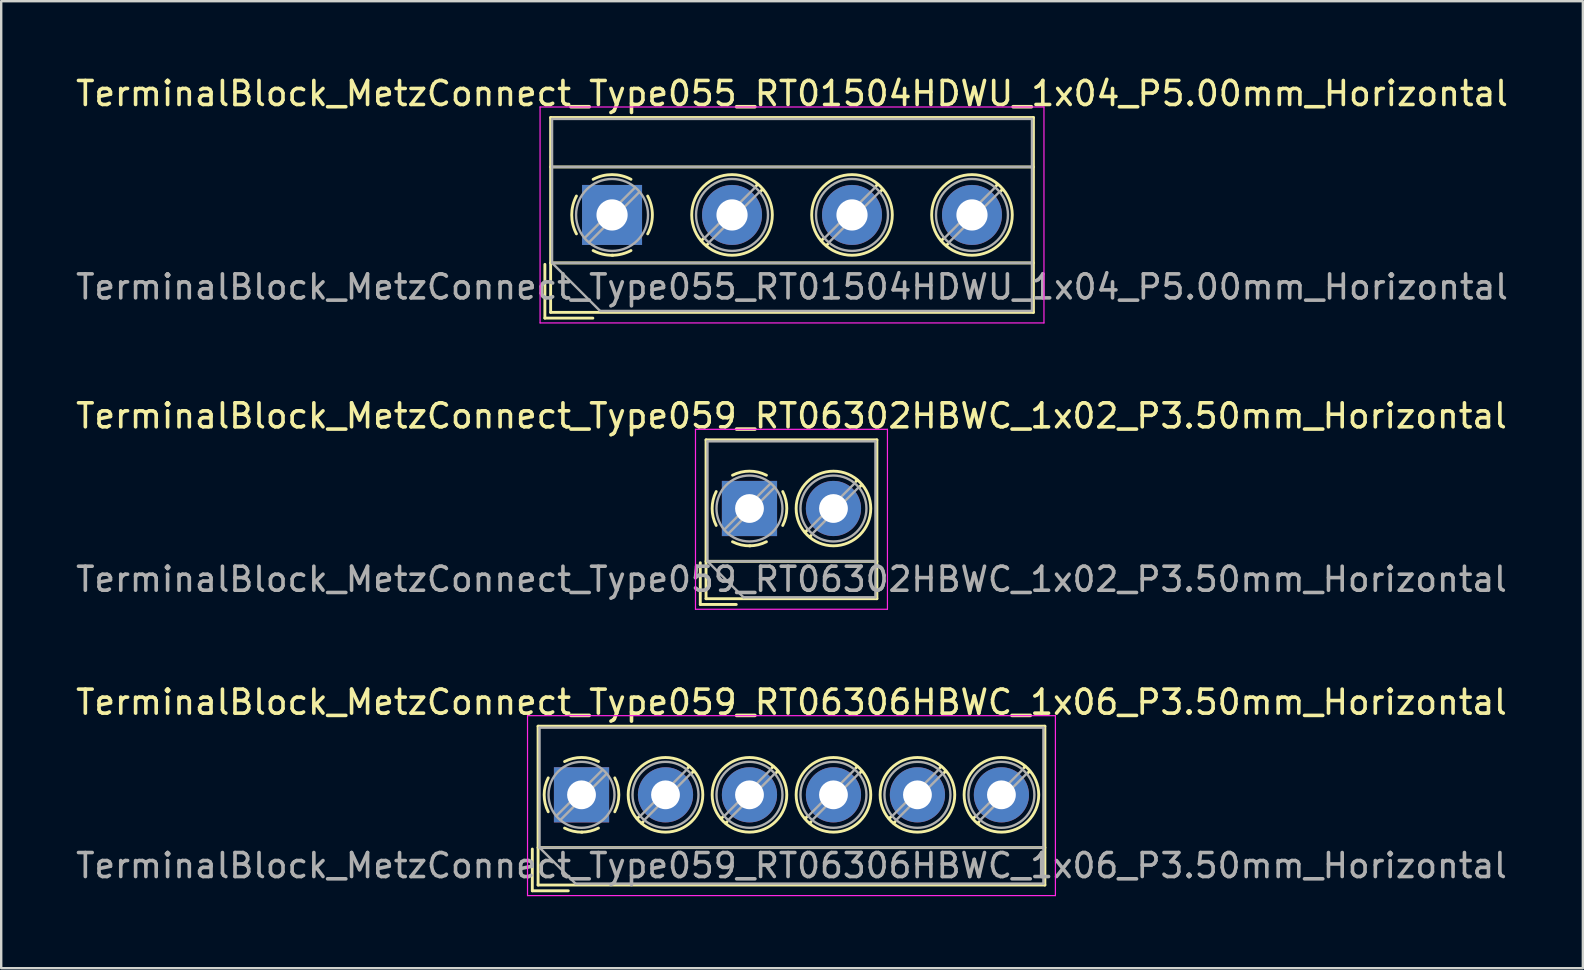
<source format=kicad_pcb>
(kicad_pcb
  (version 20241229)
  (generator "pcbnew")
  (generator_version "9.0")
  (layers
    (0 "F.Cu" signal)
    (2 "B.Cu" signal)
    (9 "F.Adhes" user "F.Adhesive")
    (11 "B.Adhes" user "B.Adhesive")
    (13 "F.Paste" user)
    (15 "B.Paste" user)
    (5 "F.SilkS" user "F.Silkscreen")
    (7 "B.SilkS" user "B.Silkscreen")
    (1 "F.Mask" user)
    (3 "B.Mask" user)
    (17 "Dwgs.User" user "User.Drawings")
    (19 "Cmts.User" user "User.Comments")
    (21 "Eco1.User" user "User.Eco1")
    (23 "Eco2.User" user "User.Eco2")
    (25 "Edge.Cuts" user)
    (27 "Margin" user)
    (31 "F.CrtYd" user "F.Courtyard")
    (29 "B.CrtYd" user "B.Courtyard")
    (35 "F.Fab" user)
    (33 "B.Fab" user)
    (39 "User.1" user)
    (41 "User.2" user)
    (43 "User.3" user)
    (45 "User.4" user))
  (footprint "TerminalBlock_MetzConnect_Type059_RT06306HBWC_1x06_P3.50mm_Horizontal"
    (layer "F.Cu")
    (at 21.185 30.075)
    (property "Reference" "TerminalBlock_MetzConnect_Type059_RT06306HBWC_1x06_P3.50mm_Horizontal" (at 8.75 -3.86 0) (layer "F.SilkS") (effects (font (size 1 1) (thickness 0.15))))
    (attr through_hole)
    (fp_line (start -2.05 2.26) (end -2.05 4) (stroke (width 0.12) (type solid)) (layer "F.SilkS"))
    (fp_line (start -2.05 4) (end -0.55 4) (stroke (width 0.12) (type solid)) (layer "F.SilkS"))
    (fp_line (start -1.81 -2.86) (end -1.81 3.76) (stroke (width 0.12) (type solid)) (layer "F.SilkS"))
    (fp_line (start -1.81 -2.86) (end 19.311 -2.86) (stroke (width 0.12) (type solid)) (layer "F.SilkS"))
    (fp_line (start -1.81 2.2) (end 19.311 2.2) (stroke (width 0.12) (type solid)) (layer "F.SilkS"))
    (fp_line (start -1.81 3.76) (end 19.311 3.76) (stroke (width 0.12) (type solid)) (layer "F.SilkS"))
    (fp_line (start 2.397 0.914) (end 2.321 0.99) (stroke (width 0.12) (type solid)) (layer "F.SilkS"))
    (fp_line (start 2.565 1.125) (end 2.511 1.18) (stroke (width 0.12) (type solid)) (layer "F.SilkS"))
    (fp_line (start 4.49 -1.18) (end 4.436 -1.126) (stroke (width 0.12) (type solid)) (layer "F.SilkS"))
    (fp_line (start 4.68 -0.99) (end 4.604 -0.914) (stroke (width 0.12) (type solid)) (layer "F.SilkS"))
    (fp_line (start 5.897 0.914) (end 5.821 0.99) (stroke (width 0.12) (type solid)) (layer "F.SilkS"))
    (fp_line (start 6.065 1.125) (end 6.011 1.18) (stroke (width 0.12) (type solid)) (layer "F.SilkS"))
    (fp_line (start 7.99 -1.18) (end 7.936 -1.126) (stroke (width 0.12) (type solid)) (layer "F.SilkS"))
    (fp_line (start 8.18 -0.99) (end 8.104 -0.914) (stroke (width 0.12) (type solid)) (layer "F.SilkS"))
    (fp_line (start 9.397 0.914) (end 9.321 0.99) (stroke (width 0.12) (type solid)) (layer "F.SilkS"))
    (fp_line (start 9.565 1.125) (end 9.511 1.18) (stroke (width 0.12) (type solid)) (layer "F.SilkS"))
    (fp_line (start 11.49 -1.18) (end 11.436 -1.126) (stroke (width 0.12) (type solid)) (layer "F.SilkS"))
    (fp_line (start 11.68 -0.99) (end 11.604 -0.914) (stroke (width 0.12) (type solid)) (layer "F.SilkS"))
    (fp_line (start 12.897 0.914) (end 12.821 0.99) (stroke (width 0.12) (type solid)) (layer "F.SilkS"))
    (fp_line (start 13.065 1.125) (end 13.011 1.18) (stroke (width 0.12) (type solid)) (layer "F.SilkS"))
    (fp_line (start 14.99 -1.18) (end 14.936 -1.126) (stroke (width 0.12) (type solid)) (layer "F.SilkS"))
    (fp_line (start 15.18 -0.99) (end 15.104 -0.914) (stroke (width 0.12) (type solid)) (layer "F.SilkS"))
    (fp_line (start 16.397 0.914) (end 16.321 0.99) (stroke (width 0.12) (type solid)) (layer "F.SilkS"))
    (fp_line (start 16.565 1.125) (end 16.511 1.18) (stroke (width 0.12) (type solid)) (layer "F.SilkS"))
    (fp_line (start 18.49 -1.18) (end 18.436 -1.126) (stroke (width 0.12) (type solid)) (layer "F.SilkS"))
    (fp_line (start 18.68 -0.99) (end 18.604 -0.914) (stroke (width 0.12) (type solid)) (layer "F.SilkS"))
    (fp_line (start 19.311 -2.86) (end 19.311 3.76) (stroke (width 0.12) (type solid)) (layer "F.SilkS"))
    (fp_arc (start -1.386645 0.705733) (mid -1.555906 -0.000711) (end -1.386 -0.707) (stroke (width 0.12) (type solid)) (layer "F.SilkS"))
    (fp_arc (start -0.705733 -1.386645) (mid 0.000711 -1.555906) (end 0.707 -1.386) (stroke (width 0.12) (type solid)) (layer "F.SilkS"))
    (fp_arc (start 0.026444 1.555682) (mid -0.350695 1.515869) (end -0.707 1.386) (stroke (width 0.12) (type solid)) (layer "F.SilkS"))
    (fp_arc (start 0.705955 1.385515) (mid 0.363007 1.512035) (end 0 1.555) (stroke (width 0.12) (type solid)) (layer "F.SilkS"))
    (fp_arc (start 1.386645 -0.705733) (mid 1.555906 0.000711) (end 1.386 0.707) (stroke (width 0.12) (type solid)) (layer "F.SilkS"))
    (fp_circle (center 3.5 0) (end 5.055 0) (stroke (width 0.12) (type solid)) (fill no) (layer "F.SilkS"))
    (fp_circle (center 7 0) (end 8.555 0) (stroke (width 0.12) (type solid)) (fill no) (layer "F.SilkS"))
    (fp_circle (center 10.5 0) (end 12.055 0) (stroke (width 0.12) (type solid)) (fill no) (layer "F.SilkS"))
    (fp_circle (center 14 0) (end 15.555 0) (stroke (width 0.12) (type solid)) (fill no) (layer "F.SilkS"))
    (fp_circle (center 17.5 0) (end 19.055 0) (stroke (width 0.12) (type solid)) (fill no) (layer "F.SilkS"))
    (fp_line (start -2.25 -3.3) (end -2.25 4.2) (stroke (width 0.05) (type solid)) (layer "F.CrtYd"))
    (fp_line (start -2.25 4.2) (end 19.75 4.2) (stroke (width 0.05) (type solid)) (layer "F.CrtYd"))
    (fp_line (start 19.75 -3.3) (end -2.25 -3.3) (stroke (width 0.05) (type solid)) (layer "F.CrtYd"))
    (fp_line (start 19.75 4.2) (end 19.75 -3.3) (stroke (width 0.05) (type solid)) (layer "F.CrtYd"))
    (fp_line (start -1.75 -2.8) (end 19.25 -2.8) (stroke (width 0.1) (type solid)) (layer "F.Fab"))
    (fp_line (start -1.75 2.2) (end -1.75 -2.8) (stroke (width 0.1) (type solid)) (layer "F.Fab"))
    (fp_line (start -1.75 2.2) (end 19.25 2.2) (stroke (width 0.1) (type solid)) (layer "F.Fab"))
    (fp_line (start -0.25 3.7) (end -1.75 2.2) (stroke (width 0.1) (type solid)) (layer "F.Fab"))
    (fp_line (start 0.876 -1.043) (end -1.043 0.875) (stroke (width 0.1) (type solid)) (layer "F.Fab"))
    (fp_line (start 1.043 -0.875) (end -0.876 1.043) (stroke (width 0.1) (type solid)) (layer "F.Fab"))
    (fp_line (start 4.376 -1.043) (end 2.458 0.875) (stroke (width 0.1) (type solid)) (layer "F.Fab"))
    (fp_line (start 4.543 -0.875) (end 2.625 1.043) (stroke (width 0.1) (type solid)) (layer "F.Fab"))
    (fp_line (start 7.876 -1.043) (end 5.958 0.875) (stroke (width 0.1) (type solid)) (layer "F.Fab"))
    (fp_line (start 8.043 -0.875) (end 6.125 1.043) (stroke (width 0.1) (type solid)) (layer "F.Fab"))
    (fp_line (start 11.376 -1.043) (end 9.458 0.875) (stroke (width 0.1) (type solid)) (layer "F.Fab"))
    (fp_line (start 11.543 -0.875) (end 9.625 1.043) (stroke (width 0.1) (type solid)) (layer "F.Fab"))
    (fp_line (start 14.876 -1.043) (end 12.958 0.875) (stroke (width 0.1) (type solid)) (layer "F.Fab"))
    (fp_line (start 15.043 -0.875) (end 13.125 1.043) (stroke (width 0.1) (type solid)) (layer "F.Fab"))
    (fp_line (start 18.376 -1.043) (end 16.458 0.875) (stroke (width 0.1) (type solid)) (layer "F.Fab"))
    (fp_line (start 18.543 -0.875) (end 16.625 1.043) (stroke (width 0.1) (type solid)) (layer "F.Fab"))
    (fp_line (start 19.25 -2.8) (end 19.25 3.7) (stroke (width 0.1) (type solid)) (layer "F.Fab"))
    (fp_line (start 19.25 3.7) (end -0.25 3.7) (stroke (width 0.1) (type solid)) (layer "F.Fab"))
    (fp_circle (center 0 0) (end 1.375 0) (stroke (width 0.1) (type solid)) (fill no) (layer "F.Fab"))
    (fp_circle (center 3.5 0) (end 4.875 0) (stroke (width 0.1) (type solid)) (fill no) (layer "F.Fab"))
    (fp_circle (center 7 0) (end 8.375 0) (stroke (width 0.1) (type solid)) (fill no) (layer "F.Fab"))
    (fp_circle (center 10.5 0) (end 11.875 0) (stroke (width 0.1) (type solid)) (fill no) (layer "F.Fab"))
    (fp_circle (center 14 0) (end 15.375 0) (stroke (width 0.1) (type solid)) (fill no) (layer "F.Fab"))
    (fp_circle (center 17.5 0) (end 18.875 0) (stroke (width 0.1) (type solid)) (fill no) (layer "F.Fab"))
    (fp_text user "${REFERENCE}" (at 8.75 2.95 0) (layer "F.Fab") (effects (font (size 1 1) (thickness 0.15))))
    (pad "1" thru_hole rect (at 0 0) (size 2.3 2.3) (drill 1.2) (layers "*.Cu" "*.Mask"))
    (pad "2" thru_hole circle (at 3.5 0) (size 2.3 2.3) (drill 1.2) (layers "*.Cu" "*.Mask"))
    (pad "3" thru_hole circle (at 7 0) (size 2.3 2.3) (drill 1.2) (layers "*.Cu" "*.Mask"))
    (pad "4" thru_hole circle (at 10.5 0) (size 2.3 2.3) (drill 1.2) (layers "*.Cu" "*.Mask"))
    (pad "5" thru_hole circle (at 14 0) (size 2.3 2.3) (drill 1.2) (layers "*.Cu" "*.Mask"))
    (pad "6" thru_hole circle (at 17.5 0) (size 2.3 2.3) (drill 1.2) (layers "*.Cu" "*.Mask")))
  (footprint "TerminalBlock_MetzConnect_Type059_RT06302HBWC_1x02_P3.50mm_Horizontal"
    (layer "F.Cu")
    (at 28.185 18.142)
    (property "Reference" "TerminalBlock_MetzConnect_Type059_RT06302HBWC_1x02_P3.50mm_Horizontal" (at 1.75 -3.86 0) (layer "F.SilkS") (effects (font (size 1 1) (thickness 0.15))))
    (attr through_hole)
    (fp_line (start -2.05 2.26) (end -2.05 4) (stroke (width 0.12) (type solid)) (layer "F.SilkS"))
    (fp_line (start -2.05 4) (end -0.55 4) (stroke (width 0.12) (type solid)) (layer "F.SilkS"))
    (fp_line (start -1.81 -2.86) (end -1.81 3.76) (stroke (width 0.12) (type solid)) (layer "F.SilkS"))
    (fp_line (start -1.81 -2.86) (end 5.31 -2.86) (stroke (width 0.12) (type solid)) (layer "F.SilkS"))
    (fp_line (start -1.81 2.2) (end 5.31 2.2) (stroke (width 0.12) (type solid)) (layer "F.SilkS"))
    (fp_line (start -1.81 3.76) (end 5.31 3.76) (stroke (width 0.12) (type solid)) (layer "F.SilkS"))
    (fp_line (start 2.397 0.914) (end 2.321 0.99) (stroke (width 0.12) (type solid)) (layer "F.SilkS"))
    (fp_line (start 2.565 1.125) (end 2.511 1.18) (stroke (width 0.12) (type solid)) (layer "F.SilkS"))
    (fp_line (start 4.49 -1.18) (end 4.436 -1.126) (stroke (width 0.12) (type solid)) (layer "F.SilkS"))
    (fp_line (start 4.68 -0.99) (end 4.604 -0.914) (stroke (width 0.12) (type solid)) (layer "F.SilkS"))
    (fp_line (start 5.31 -2.86) (end 5.31 3.76) (stroke (width 0.12) (type solid)) (layer "F.SilkS"))
    (fp_arc (start -1.386645 0.705733) (mid -1.555906 -0.000711) (end -1.386 -0.707) (stroke (width 0.12) (type solid)) (layer "F.SilkS"))
    (fp_arc (start -0.705733 -1.386645) (mid 0.000711 -1.555906) (end 0.707 -1.386) (stroke (width 0.12) (type solid)) (layer "F.SilkS"))
    (fp_arc (start 0.026444 1.555682) (mid -0.350695 1.515869) (end -0.707 1.386) (stroke (width 0.12) (type solid)) (layer "F.SilkS"))
    (fp_arc (start 0.705955 1.385515) (mid 0.363007 1.512035) (end 0 1.555) (stroke (width 0.12) (type solid)) (layer "F.SilkS"))
    (fp_arc (start 1.386645 -0.705733) (mid 1.555906 0.000711) (end 1.386 0.707) (stroke (width 0.12) (type solid)) (layer "F.SilkS"))
    (fp_circle (center 3.5 0) (end 5.055 0) (stroke (width 0.12) (type solid)) (fill no) (layer "F.SilkS"))
    (fp_line (start -2.25 -3.3) (end -2.25 4.2) (stroke (width 0.05) (type solid)) (layer "F.CrtYd"))
    (fp_line (start -2.25 4.2) (end 5.75 4.2) (stroke (width 0.05) (type solid)) (layer "F.CrtYd"))
    (fp_line (start 5.75 -3.3) (end -2.25 -3.3) (stroke (width 0.05) (type solid)) (layer "F.CrtYd"))
    (fp_line (start 5.75 4.2) (end 5.75 -3.3) (stroke (width 0.05) (type solid)) (layer "F.CrtYd"))
    (fp_line (start -1.75 -2.8) (end 5.25 -2.8) (stroke (width 0.1) (type solid)) (layer "F.Fab"))
    (fp_line (start -1.75 2.2) (end -1.75 -2.8) (stroke (width 0.1) (type solid)) (layer "F.Fab"))
    (fp_line (start -1.75 2.2) (end 5.25 2.2) (stroke (width 0.1) (type solid)) (layer "F.Fab"))
    (fp_line (start -0.25 3.7) (end -1.75 2.2) (stroke (width 0.1) (type solid)) (layer "F.Fab"))
    (fp_line (start 0.876 -1.043) (end -1.043 0.875) (stroke (width 0.1) (type solid)) (layer "F.Fab"))
    (fp_line (start 1.043 -0.875) (end -0.876 1.043) (stroke (width 0.1) (type solid)) (layer "F.Fab"))
    (fp_line (start 4.376 -1.043) (end 2.458 0.875) (stroke (width 0.1) (type solid)) (layer "F.Fab"))
    (fp_line (start 4.543 -0.875) (end 2.625 1.043) (stroke (width 0.1) (type solid)) (layer "F.Fab"))
    (fp_line (start 5.25 -2.8) (end 5.25 3.7) (stroke (width 0.1) (type solid)) (layer "F.Fab"))
    (fp_line (start 5.25 3.7) (end -0.25 3.7) (stroke (width 0.1) (type solid)) (layer "F.Fab"))
    (fp_circle (center 0 0) (end 1.375 0) (stroke (width 0.1) (type solid)) (fill no) (layer "F.Fab"))
    (fp_circle (center 3.5 0) (end 4.875 0) (stroke (width 0.1) (type solid)) (fill no) (layer "F.Fab"))
    (fp_text user "${REFERENCE}" (at 1.75 2.95 0) (layer "F.Fab") (effects (font (size 1 1) (thickness 0.15))))
    (pad "1" thru_hole rect (at 0 0) (size 2.3 2.3) (drill 1.2) (layers "*.Cu" "*.Mask"))
    (pad "2" thru_hole circle (at 3.5 0) (size 2.3 2.3) (drill 1.2) (layers "*.Cu" "*.Mask")))
  (footprint "TerminalBlock_MetzConnect_Type055_RT01504HDWU_1x04_P5.00mm_Horizontal"
    (layer "F.Cu")
    (at 22.458 5.908)
    (property "Reference" "TerminalBlock_MetzConnect_Type055_RT01504HDWU_1x04_P5.00mm_Horizontal" (at 7.5 -5.06 0) (layer "F.SilkS") (effects (font (size 1 1) (thickness 0.15))))
    (attr through_hole)
    (fp_line (start -2.8 2.06) (end -2.8 4.3) (stroke (width 0.12) (type solid)) (layer "F.SilkS"))
    (fp_line (start -2.8 4.3) (end -0.8 4.3) (stroke (width 0.12) (type solid)) (layer "F.SilkS"))
    (fp_line (start -2.56 -4.06) (end -2.56 4.06) (stroke (width 0.12) (type solid)) (layer "F.SilkS"))
    (fp_line (start -2.56 -4.06) (end 17.561 -4.06) (stroke (width 0.12) (type solid)) (layer "F.SilkS"))
    (fp_line (start -2.56 -2) (end 17.561 -2) (stroke (width 0.12) (type solid)) (layer "F.SilkS"))
    (fp_line (start -2.56 2) (end 17.561 2) (stroke (width 0.12) (type solid)) (layer "F.SilkS"))
    (fp_line (start -2.56 4.06) (end 17.561 4.06) (stroke (width 0.12) (type solid)) (layer "F.SilkS"))
    (fp_line (start 3.82 0.976) (end 3.726 1.069) (stroke (width 0.12) (type solid)) (layer "F.SilkS"))
    (fp_line (start 3.99 1.216) (end 3.931 1.274) (stroke (width 0.12) (type solid)) (layer "F.SilkS"))
    (fp_line (start 6.07 -1.275) (end 6.011 -1.216) (stroke (width 0.12) (type solid)) (layer "F.SilkS"))
    (fp_line (start 6.275 -1.069) (end 6.181 -0.976) (stroke (width 0.12) (type solid)) (layer "F.SilkS"))
    (fp_line (start 8.82 0.976) (end 8.726 1.069) (stroke (width 0.12) (type solid)) (layer "F.SilkS"))
    (fp_line (start 8.99 1.216) (end 8.931 1.274) (stroke (width 0.12) (type solid)) (layer "F.SilkS"))
    (fp_line (start 11.07 -1.275) (end 11.011 -1.216) (stroke (width 0.12) (type solid)) (layer "F.SilkS"))
    (fp_line (start 11.275 -1.069) (end 11.181 -0.976) (stroke (width 0.12) (type solid)) (layer "F.SilkS"))
    (fp_line (start 13.82 0.976) (end 13.726 1.069) (stroke (width 0.12) (type solid)) (layer "F.SilkS"))
    (fp_line (start 13.99 1.216) (end 13.931 1.274) (stroke (width 0.12) (type solid)) (layer "F.SilkS"))
    (fp_line (start 16.07 -1.275) (end 16.011 -1.216) (stroke (width 0.12) (type solid)) (layer "F.SilkS"))
    (fp_line (start 16.275 -1.069) (end 16.181 -0.976) (stroke (width 0.12) (type solid)) (layer "F.SilkS"))
    (fp_line (start 17.561 -4.06) (end 17.561 4.06) (stroke (width 0.12) (type solid)) (layer "F.SilkS"))
    (fp_arc (start -1.483953 0.789089) (mid -1.680708 0.00005) (end -1.484 -0.789) (stroke (width 0.12) (type solid)) (layer "F.SilkS"))
    (fp_arc (start -0.789089 -1.483953) (mid -0.00005 -1.680708) (end 0.789 -1.484) (stroke (width 0.12) (type solid)) (layer "F.SilkS"))
    (fp_arc (start 0.029383 1.68045) (mid -0.392304 1.634281) (end -0.789 1.484) (stroke (width 0.12) (type solid)) (layer "F.SilkS"))
    (fp_arc (start 0.788712 1.483352) (mid 0.406429 1.630097) (end 0 1.68) (stroke (width 0.12) (type solid)) (layer "F.SilkS"))
    (fp_arc (start 1.483953 -0.789089) (mid 1.680708 -0.00005) (end 1.484 0.789) (stroke (width 0.12) (type solid)) (layer "F.SilkS"))
    (fp_circle (center 5 0) (end 6.68 0) (stroke (width 0.12) (type solid)) (fill no) (layer "F.SilkS"))
    (fp_circle (center 10 0) (end 11.68 0) (stroke (width 0.12) (type solid)) (fill no) (layer "F.SilkS"))
    (fp_circle (center 15 0) (end 16.68 0) (stroke (width 0.12) (type solid)) (fill no) (layer "F.SilkS"))
    (fp_line (start -3 -4.5) (end -3 4.5) (stroke (width 0.05) (type solid)) (layer "F.CrtYd"))
    (fp_line (start -3 4.5) (end 18 4.5) (stroke (width 0.05) (type solid)) (layer "F.CrtYd"))
    (fp_line (start 18 -4.5) (end -3 -4.5) (stroke (width 0.05) (type solid)) (layer "F.CrtYd"))
    (fp_line (start 18 4.5) (end 18 -4.5) (stroke (width 0.05) (type solid)) (layer "F.CrtYd"))
    (fp_line (start -2.5 -4) (end 17.5 -4) (stroke (width 0.1) (type solid)) (layer "F.Fab"))
    (fp_line (start -2.5 -2) (end 17.5 -2) (stroke (width 0.1) (type solid)) (layer "F.Fab"))
    (fp_line (start -2.5 2) (end -2.5 -4) (stroke (width 0.1) (type solid)) (layer "F.Fab"))
    (fp_line (start -2.5 2) (end 17.5 2) (stroke (width 0.1) (type solid)) (layer "F.Fab"))
    (fp_line (start -0.5 4) (end -2.5 2) (stroke (width 0.1) (type solid)) (layer "F.Fab"))
    (fp_line (start 0.955 -1.138) (end -1.138 0.955) (stroke (width 0.1) (type solid)) (layer "F.Fab"))
    (fp_line (start 1.138 -0.955) (end -0.955 1.138) (stroke (width 0.1) (type solid)) (layer "F.Fab"))
    (fp_line (start 5.955 -1.138) (end 3.863 0.955) (stroke (width 0.1) (type solid)) (layer "F.Fab"))
    (fp_line (start 6.138 -0.955) (end 4.046 1.138) (stroke (width 0.1) (type solid)) (layer "F.Fab"))
    (fp_line (start 10.955 -1.138) (end 8.863 0.955) (stroke (width 0.1) (type solid)) (layer "F.Fab"))
    (fp_line (start 11.138 -0.955) (end 9.046 1.138) (stroke (width 0.1) (type solid)) (layer "F.Fab"))
    (fp_line (start 15.955 -1.138) (end 13.863 0.955) (stroke (width 0.1) (type solid)) (layer "F.Fab"))
    (fp_line (start 16.138 -0.955) (end 14.046 1.138) (stroke (width 0.1) (type solid)) (layer "F.Fab"))
    (fp_line (start 17.5 -4) (end 17.5 4) (stroke (width 0.1) (type solid)) (layer "F.Fab"))
    (fp_line (start 17.5 4) (end -0.5 4) (stroke (width 0.1) (type solid)) (layer "F.Fab"))
    (fp_circle (center 0 0) (end 1.5 0) (stroke (width 0.1) (type solid)) (fill no) (layer "F.Fab"))
    (fp_circle (center 5 0) (end 6.5 0) (stroke (width 0.1) (type solid)) (fill no) (layer "F.Fab"))
    (fp_circle (center 10 0) (end 11.5 0) (stroke (width 0.1) (type solid)) (fill no) (layer "F.Fab"))
    (fp_circle (center 15 0) (end 16.5 0) (stroke (width 0.1) (type solid)) (fill no) (layer "F.Fab"))
    (fp_text user "${REFERENCE}" (at 7.5 3 0) (layer "F.Fab") (effects (font (size 1 1) (thickness 0.15))))
    (pad "1" thru_hole rect (at 0 0) (size 2.5 2.5) (drill 1.3) (layers "*.Cu" "*.Mask"))
    (pad "2" thru_hole circle (at 5 0) (size 2.5 2.5) (drill 1.3) (layers "*.Cu" "*.Mask"))
    (pad "3" thru_hole circle (at 10 0) (size 2.5 2.5) (drill 1.3) (layers "*.Cu" "*.Mask"))
    (pad "4" thru_hole circle (at 15 0) (size 2.5 2.5) (drill 1.3) (layers "*.Cu" "*.Mask")))
  (gr_rect
    (start -3 -3)
    (end 62.917 37.3)
    (stroke (width 0.1) (type default))
    (fill no)
    (layer "Edge.Cuts")))
</source>
